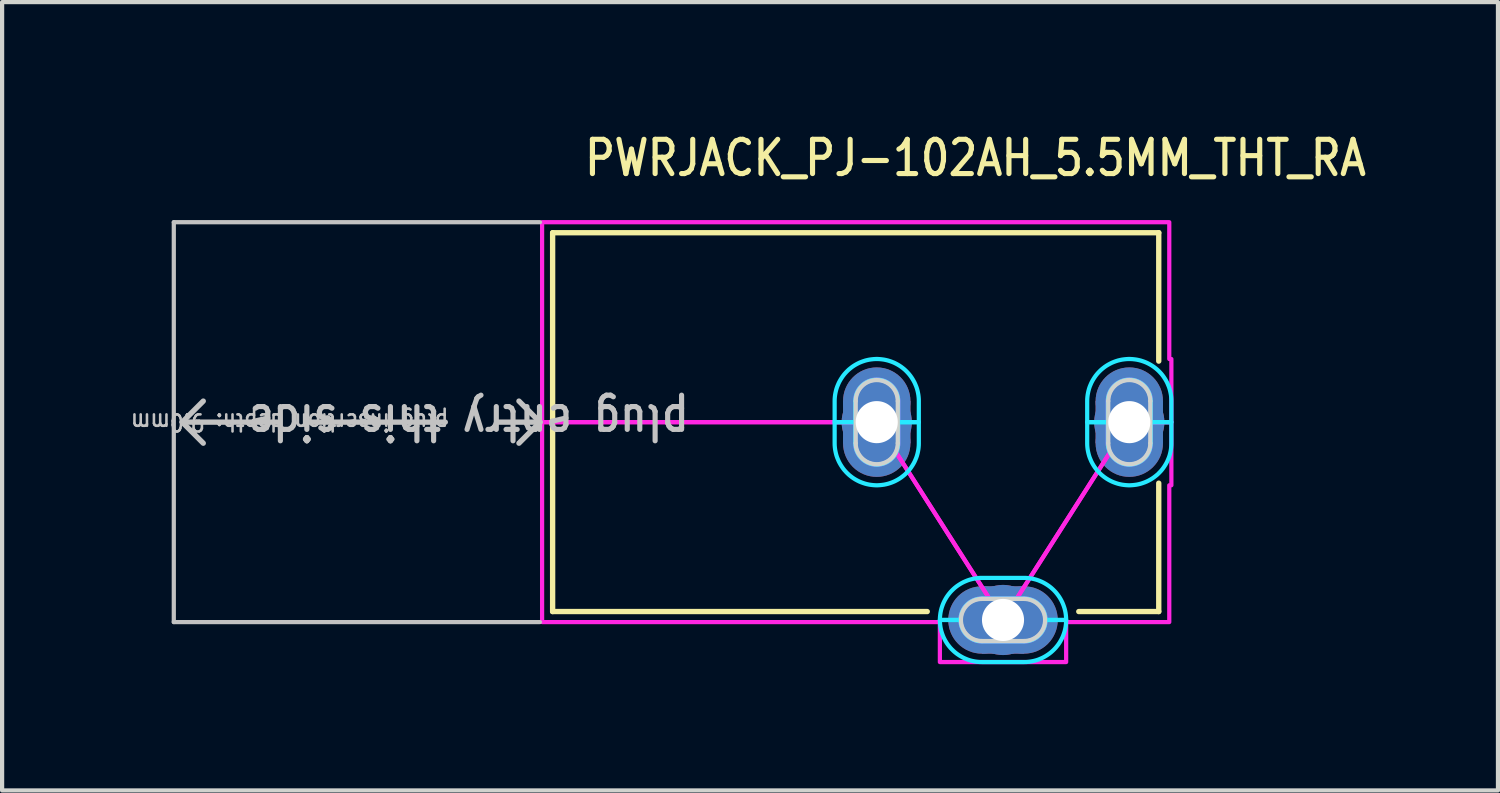
<source format=kicad_pcb>
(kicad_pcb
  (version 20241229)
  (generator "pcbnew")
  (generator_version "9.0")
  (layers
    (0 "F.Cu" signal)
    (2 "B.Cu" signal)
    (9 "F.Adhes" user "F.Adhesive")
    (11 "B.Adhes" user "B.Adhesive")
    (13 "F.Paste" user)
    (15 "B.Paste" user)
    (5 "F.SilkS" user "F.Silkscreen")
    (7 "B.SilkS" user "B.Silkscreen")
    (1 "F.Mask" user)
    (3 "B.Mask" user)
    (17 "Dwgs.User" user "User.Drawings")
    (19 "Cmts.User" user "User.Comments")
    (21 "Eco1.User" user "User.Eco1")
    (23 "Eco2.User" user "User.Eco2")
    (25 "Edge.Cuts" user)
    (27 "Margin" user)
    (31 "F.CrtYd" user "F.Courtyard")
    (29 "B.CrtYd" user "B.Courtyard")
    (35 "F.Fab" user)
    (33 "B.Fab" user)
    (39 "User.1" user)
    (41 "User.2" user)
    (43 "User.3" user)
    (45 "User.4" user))
  (footprint "PWRJACK_PJ-102AH_5.5MM_THT_RA"
    (layer "F.Cu")
    (at 20.779 6.979)
    (property "Reference" "PWRJACK_PJ-102AH_5.5MM_THT_RA" (at -10 -5.8 0) (unlocked yes) (layer "F.SilkS") (effects (font (size 0.813 0.695) (thickness 0.122)) (justify left bottom)))
    (fp_circle (center -3 -0.5) (end -2.2 -0.5) (stroke (width 0) (type solid)) (fill yes) (layer "F.Cu"))
    (fp_circle (center -3 0.5) (end -3.8 0.5) (stroke (width 0) (type solid)) (fill yes) (layer "F.Cu"))
    (fp_circle (center -0.5 4.7) (end -0.5 3.9) (stroke (width 0) (type solid)) (fill yes) (layer "F.Cu"))
    (fp_circle (center 0.5 4.7) (end 0.5 5.5) (stroke (width 0) (type solid)) (fill yes) (layer "F.Cu"))
    (fp_circle (center 3 -0.5) (end 3.8 -0.5) (stroke (width 0) (type solid)) (fill yes) (layer "F.Cu"))
    (fp_circle (center 3 0.5) (end 2.2 0.5) (stroke (width 0) (type solid)) (fill yes) (layer "F.Cu"))
    (fp_poly (pts (xy -3.8 -0.5) (xy -3.8 0.5) (xy -2.2 0.5) (xy -2.2 -0.5)) (stroke (width 0) (type solid)) (fill yes) (layer "F.Cu"))
    (fp_poly (pts (xy -0.5 5.5) (xy 0.5 5.5) (xy 0.5 3.9) (xy -0.5 3.9)) (stroke (width 0) (type solid)) (fill yes) (layer "F.Cu"))
    (fp_poly (pts (xy 2.2 -0.5) (xy 2.2 0.5) (xy 3.8 0.5) (xy 3.8 -0.5)) (stroke (width 0) (type solid)) (fill yes) (layer "F.Cu"))
    (fp_circle (center -3 -0.5) (end -2.1 -0.5) (stroke (width 0) (type solid)) (fill yes) (layer "F.Mask"))
    (fp_circle (center -3 0.5) (end -3.9 0.5) (stroke (width 0) (type solid)) (fill yes) (layer "F.Mask"))
    (fp_circle (center -0.5 4.7) (end -0.5 3.8) (stroke (width 0) (type solid)) (fill yes) (layer "F.Mask"))
    (fp_circle (center 0.5 4.7) (end 0.5 5.6) (stroke (width 0) (type solid)) (fill yes) (layer "F.Mask"))
    (fp_circle (center 3 -0.5) (end 3.9 -0.5) (stroke (width 0) (type solid)) (fill yes) (layer "F.Mask"))
    (fp_circle (center 3 0.5) (end 2.1 0.5) (stroke (width 0) (type solid)) (fill yes) (layer "F.Mask"))
    (fp_poly (pts (xy -3.9 -0.5) (xy -3.9 0.5) (xy -2.1 0.5) (xy -2.1 -0.5)) (stroke (width 0) (type solid)) (fill yes) (layer "F.Mask"))
    (fp_poly (pts (xy -0.5 5.6) (xy 0.5 5.6) (xy 0.5 3.8) (xy -0.5 3.8)) (stroke (width 0) (type solid)) (fill yes) (layer "F.Mask"))
    (fp_poly (pts (xy 2.1 -0.5) (xy 2.1 0.5) (xy 3.9 0.5) (xy 3.9 -0.5)) (stroke (width 0) (type solid)) (fill yes) (layer "F.Mask"))
    (fp_circle (center -3 -0.5) (end -3.8 -0.5) (stroke (width 0) (type solid)) (fill yes) (layer "B.Cu"))
    (fp_circle (center -3 0.5) (end -2.2 0.5) (stroke (width 0) (type solid)) (fill yes) (layer "B.Cu"))
    (fp_circle (center -0.5 4.7) (end -0.5 5.5) (stroke (width 0) (type solid)) (fill yes) (layer "B.Cu"))
    (fp_circle (center 0.5 4.7) (end 0.5 3.9) (stroke (width 0) (type solid)) (fill yes) (layer "B.Cu"))
    (fp_circle (center 3 -0.5) (end 2.2 -0.5) (stroke (width 0) (type solid)) (fill yes) (layer "B.Cu"))
    (fp_circle (center 3 0.5) (end 3.8 0.5) (stroke (width 0) (type solid)) (fill yes) (layer "B.Cu"))
    (fp_poly (pts (xy -2.2 -0.5) (xy -2.2 0.5) (xy -3.8 0.5) (xy -3.8 -0.5)) (stroke (width 0) (type solid)) (fill yes) (layer "B.Cu"))
    (fp_poly (pts (xy 0.5 5.5) (xy -0.5 5.5) (xy -0.5 3.9) (xy 0.5 3.9)) (stroke (width 0) (type solid)) (fill yes) (layer "B.Cu"))
    (fp_poly (pts (xy 3.8 -0.5) (xy 3.8 0.5) (xy 2.2 0.5) (xy 2.2 -0.5)) (stroke (width 0) (type solid)) (fill yes) (layer "B.Cu"))
    (fp_circle (center -3 -0.5) (end -3.9 -0.5) (stroke (width 0) (type solid)) (fill yes) (layer "B.Mask"))
    (fp_circle (center -3 0.5) (end -2.1 0.5) (stroke (width 0) (type solid)) (fill yes) (layer "B.Mask"))
    (fp_circle (center -0.5 4.7) (end -0.5 5.6) (stroke (width 0) (type solid)) (fill yes) (layer "B.Mask"))
    (fp_circle (center 0.5 4.7) (end 0.5 3.8) (stroke (width 0) (type solid)) (fill yes) (layer "B.Mask"))
    (fp_circle (center 3 -0.5) (end 2.1 -0.5) (stroke (width 0) (type solid)) (fill yes) (layer "B.Mask"))
    (fp_circle (center 3 0.5) (end 3.9 0.5) (stroke (width 0) (type solid)) (fill yes) (layer "B.Mask"))
    (fp_poly (pts (xy -2.1 -0.5) (xy -2.1 0.5) (xy -3.9 0.5) (xy -3.9 -0.5)) (stroke (width 0) (type solid)) (fill yes) (layer "B.Mask"))
    (fp_poly (pts (xy 0.5 5.6) (xy -0.5 5.6) (xy -0.5 3.8) (xy 0.5 3.8)) (stroke (width 0) (type solid)) (fill yes) (layer "B.Mask"))
    (fp_poly (pts (xy 3.9 -0.5) (xy 3.9 0.5) (xy 2.1 0.5) (xy 2.1 -0.5)) (stroke (width 0) (type solid)) (fill yes) (layer "B.Mask"))
    (fp_line (start -10.7 -4.5) (end 3.7 -4.5) (stroke (width 0.127) (type solid)) (layer "F.SilkS"))
    (fp_line (start -10.7 4.5) (end -10.7 -4.5) (stroke (width 0.127) (type solid)) (layer "F.SilkS"))
    (fp_line (start -1.8 4.5) (end -10.7 4.5) (stroke (width 0.127) (type solid)) (layer "F.SilkS"))
    (fp_line (start 3.7 -4.5) (end 3.7 -1.45) (stroke (width 0.127) (type solid)) (layer "F.SilkS"))
    (fp_line (start 3.7 1.45) (end 3.7 4.5) (stroke (width 0.127) (type solid)) (layer "F.SilkS"))
    (fp_line (start 3.7 4.5) (end 1.8 4.5) (stroke (width 0.127) (type solid)) (layer "F.SilkS"))
    (fp_line (start -19.7 -4.75) (end -19.7 4.75) (stroke (width 0.1) (type solid)) (layer "Dwgs.User"))
    (fp_line (start -19.7 4.75) (end -11 4.75) (stroke (width 0.1) (type solid)) (layer "Dwgs.User"))
    (fp_line (start -19.5 0) (end -19 -0.5) (stroke (width 0.127) (type solid)) (layer "Dwgs.User"))
    (fp_line (start -19.5 0) (end -19 0.5) (stroke (width 0.127) (type solid)) (layer "Dwgs.User"))
    (fp_line (start -17.25 0) (end -19.5 0) (stroke (width 0.127) (type solid)) (layer "Dwgs.User"))
    (fp_line (start -16.5 0) (end -13.25 0) (stroke (width 0.127) (type solid)) (layer "Dwgs.User"))
    (fp_line (start -12 0) (end -11 0) (stroke (width 0.127) (type solid)) (layer "Dwgs.User"))
    (fp_line (start -11 -4.75) (end -19.7 -4.75) (stroke (width 0.1) (type solid)) (layer "Dwgs.User"))
    (fp_line (start -11 0) (end -11.5 -0.5) (stroke (width 0.127) (type solid)) (layer "Dwgs.User"))
    (fp_line (start -11 0) (end -11.5 0.5) (stroke (width 0.127) (type solid)) (layer "Dwgs.User"))
    (fp_line (start -3.5 -0.5) (end -3.5 0.5) (stroke (width 0.1) (type solid)) (layer "Edge.Cuts"))
    (fp_line (start -2.5 0.5) (end -2.5 -0.5) (stroke (width 0.1) (type solid)) (layer "Edge.Cuts"))
    (fp_line (start -0.5 5.2) (end 0.5 5.2) (stroke (width 0.1) (type solid)) (layer "Edge.Cuts"))
    (fp_line (start 0.5 4.2) (end -0.5 4.2) (stroke (width 0.1) (type solid)) (layer "Edge.Cuts"))
    (fp_line (start 2.5 -0.5) (end 2.5 0.5) (stroke (width 0.1) (type solid)) (layer "Edge.Cuts"))
    (fp_line (start 3.5 0.5) (end 3.5 -0.5) (stroke (width 0.1) (type solid)) (layer "Edge.Cuts"))
    (fp_arc (start -3.5 -0.5) (mid -3 -1) (end -2.5 -0.5) (stroke (width 0.1) (type solid)) (layer "Edge.Cuts"))
    (fp_arc (start -2.5 0.5) (mid -3 1) (end -3.5 0.5) (stroke (width 0.1) (type solid)) (layer "Edge.Cuts"))
    (fp_arc (start -0.5 5.2) (mid -1 4.7) (end -0.5 4.2) (stroke (width 0.1) (type solid)) (layer "Edge.Cuts"))
    (fp_arc (start 0.5 4.2) (mid 1 4.7) (end 0.5 5.2) (stroke (width 0.1) (type solid)) (layer "Edge.Cuts"))
    (fp_arc (start 2.5 -0.5) (mid 3 -1) (end 3.5 -0.5) (stroke (width 0.1) (type solid)) (layer "Edge.Cuts"))
    (fp_arc (start 3.5 0.5) (mid 3 1) (end 2.5 0.5) (stroke (width 0.1) (type solid)) (layer "Edge.Cuts"))
    (fp_poly (pts (xy -4 0) (xy -4 -0.5) (xy -3.999 -0.55) (xy -3.995 -0.6) (xy -3.989 -0.649) (xy -3.98 -0.698) (xy -3.969 -0.747) (xy -3.956 -0.795) (xy -3.94 -0.842) (xy -3.921 -0.888) (xy -3.901 -0.934) (xy -3.878 -0.978) (xy -3.853 -1.021) (xy -3.826 -1.063) (xy -3.797 -1.104) (xy -3.766 -1.143) (xy -3.733 -1.18) (xy -3.698 -1.216) (xy -3.662 -1.25) (xy -3.623 -1.282) (xy -3.584 -1.312) (xy -3.543 -1.34) (xy -3.5 -1.366) (xy -3.456 -1.39) (xy -3.411 -1.412) (xy -3.365 -1.431) (xy -3.318 -1.448) (xy -3.271 -1.463) (xy -3.223 -1.475) (xy -3.174 -1.485) (xy -3.124 -1.492) (xy -3.075 -1.497) (xy -3.025 -1.5) (xy -2.975 -1.5) (xy -2.925 -1.497) (xy -2.876 -1.492) (xy -2.826 -1.485) (xy -2.777 -1.475) (xy -2.729 -1.463) (xy -2.682 -1.448) (xy -2.635 -1.431) (xy -2.589 -1.412) (xy -2.544 -1.39) (xy -2.5 -1.366) (xy -2.457 -1.34) (xy -2.416 -1.312) (xy -2.377 -1.282) (xy -2.338 -1.25) (xy -2.302 -1.216) (xy -2.267 -1.18) (xy -2.234 -1.143) (xy -2.203 -1.104) (xy -2.174 -1.063) (xy -2.147 -1.021) (xy -2.122 -0.978) (xy -2.099 -0.934) (xy -2.079 -0.888) (xy -2.06 -0.842) (xy -2.044 -0.795) (xy -2.031 -0.747) (xy -2.02 -0.698) (xy -2.011 -0.649) (xy -2.005 -0.6) (xy -2.001 -0.55) (xy -2 -0.5) (xy -2 0) (xy -2.49 0) (xy -2.49 -0.5) (xy -2.49 -0.5) (xy -2.492 -0.549) (xy -2.493 -0.55) (xy -2.5 -0.599) (xy -2.5 -0.6) (xy -2.512 -0.648) (xy -2.512 -0.649) (xy -2.529 -0.695) (xy -2.529 -0.696) (xy -2.55 -0.74) (xy -2.55 -0.741) (xy -2.576 -0.783) (xy -2.576 -0.784) (xy -2.605 -0.823) (xy -2.606 -0.824) (xy -2.639 -0.86) (xy -2.64 -0.861) (xy -2.676 -0.894) (xy -2.677 -0.895) (xy -2.716 -0.924) (xy -2.717 -0.924) (xy -2.759 -0.95) (xy -2.76 -0.95) (xy -2.804 -0.971) (xy -2.805 -0.971) (xy -2.851 -0.988) (xy -2.852 -0.988) (xy -2.9 -1) (xy -2.901 -1) (xy -2.95 -1.007) (xy -2.95 -1.008) (xy -3 -1.01) (xy -3 -1.01) (xy -3.05 -1.008) (xy -3.05 -1.007) (xy -3.099 -1) (xy -3.1 -1) (xy -3.148 -0.988) (xy -3.149 -0.988) (xy -3.195 -0.971) (xy -3.196 -0.971) (xy -3.24 -0.95) (xy -3.241 -0.95) (xy -3.283 -0.924) (xy -3.284 -0.924) (xy -3.323 -0.895) (xy -3.324 -0.894) (xy -3.36 -0.861) (xy -3.361 -0.86) (xy -3.394 -0.824) (xy -3.395 -0.823) (xy -3.424 -0.784) (xy -3.424 -0.783) (xy -3.45 -0.741) (xy -3.45 -0.74) (xy -3.471 -0.696) (xy -3.471 -0.695) (xy -3.488 -0.649) (xy -3.488 -0.648) (xy -3.5 -0.6) (xy -3.5 -0.599) (xy -3.507 -0.55) (xy -3.508 -0.549) (xy -3.51 -0.5) (xy -3.51 -0.5) (xy -3.51 0)) (stroke (width 0.1) (type solid)) (fill no) (layer "B.CrtYd"))
    (fp_poly (pts (xy -2.001 0.55) (xy -2.005 0.6) (xy -2.011 0.649) (xy -2.02 0.698) (xy -2.031 0.747) (xy -2.044 0.795) (xy -2.06 0.842) (xy -2.079 0.888) (xy -2.099 0.934) (xy -2.122 0.978) (xy -2.147 1.021) (xy -2.174 1.063) (xy -2.203 1.104) (xy -2.234 1.143) (xy -2.267 1.18) (xy -2.302 1.216) (xy -2.338 1.25) (xy -2.377 1.282) (xy -2.416 1.312) (xy -2.457 1.34) (xy -2.5 1.366) (xy -2.544 1.39) (xy -2.589 1.412) (xy -2.635 1.431) (xy -2.682 1.448) (xy -2.729 1.463) (xy -2.777 1.475) (xy -2.826 1.485) (xy -2.876 1.492) (xy -2.925 1.497) (xy -2.975 1.5) (xy -3.025 1.5) (xy -3.075 1.497) (xy -3.124 1.492) (xy -3.174 1.485) (xy -3.223 1.475) (xy -3.271 1.463) (xy -3.318 1.448) (xy -3.365 1.431) (xy -3.411 1.412) (xy -3.456 1.39) (xy -3.5 1.366) (xy -3.543 1.34) (xy -3.584 1.312) (xy -3.623 1.282) (xy -3.662 1.25) (xy -3.698 1.216) (xy -3.733 1.18) (xy -3.766 1.143) (xy -3.797 1.104) (xy -3.826 1.063) (xy -3.853 1.021) (xy -3.878 0.978) (xy -3.901 0.934) (xy -3.921 0.888) (xy -3.94 0.842) (xy -3.956 0.795) (xy -3.969 0.747) (xy -3.98 0.698) (xy -3.989 0.649) (xy -3.995 0.6) (xy -3.999 0.55) (xy -4 0.5) (xy -4 0) (xy -3.51 0) (xy -3.51 0.5) (xy -3.51 0.5) (xy -3.508 0.549) (xy -3.507 0.55) (xy -3.5 0.599) (xy -3.5 0.6) (xy -3.488 0.648) (xy -3.488 0.649) (xy -3.471 0.695) (xy -3.471 0.696) (xy -3.45 0.74) (xy -3.45 0.741) (xy -3.424 0.783) (xy -3.424 0.784) (xy -3.395 0.823) (xy -3.394 0.824) (xy -3.361 0.86) (xy -3.36 0.861) (xy -3.324 0.894) (xy -3.323 0.895) (xy -3.284 0.924) (xy -3.283 0.924) (xy -3.241 0.95) (xy -3.24 0.95) (xy -3.196 0.971) (xy -3.195 0.971) (xy -3.149 0.988) (xy -3.148 0.988) (xy -3.1 1) (xy -3.099 1) (xy -3.05 1.007) (xy -3.05 1.008) (xy -3 1.01) (xy -3 1.01) (xy -2.95 1.008) (xy -2.95 1.007) (xy -2.901 1) (xy -2.9 1) (xy -2.852 0.988) (xy -2.851 0.988) (xy -2.805 0.971) (xy -2.804 0.971) (xy -2.76 0.95) (xy -2.759 0.95) (xy -2.717 0.924) (xy -2.716 0.924) (xy -2.677 0.895) (xy -2.676 0.894) (xy -2.64 0.861) (xy -2.639 0.86) (xy -2.606 0.824) (xy -2.605 0.823) (xy -2.576 0.784) (xy -2.576 0.783) (xy -2.55 0.741) (xy -2.55 0.74) (xy -2.529 0.696) (xy -2.529 0.695) (xy -2.512 0.649) (xy -2.512 0.648) (xy -2.5 0.6) (xy -2.5 0.599) (xy -2.493 0.55) (xy -2.492 0.549) (xy -2.49 0.5) (xy -2.49 0.5) (xy -2.49 0) (xy -2 0) (xy -2 0.5)) (stroke (width 0.1) (type solid)) (fill no) (layer "B.CrtYd"))
    (fp_poly (pts (xy -1.5 4.7) (xy -1.5 4.675) (xy -1.497 4.625) (xy -1.492 4.576) (xy -1.485 4.526) (xy -1.475 4.477) (xy -1.463 4.429) (xy -1.448 4.382) (xy -1.431 4.335) (xy -1.412 4.289) (xy -1.39 4.244) (xy -1.366 4.2) (xy -1.34 4.157) (xy -1.312 4.116) (xy -1.282 4.077) (xy -1.25 4.038) (xy -1.216 4.002) (xy -1.18 3.967) (xy -1.143 3.934) (xy -1.104 3.903) (xy -1.063 3.874) (xy -1.021 3.847) (xy -0.978 3.822) (xy -0.934 3.799) (xy -0.888 3.779) (xy -0.842 3.76) (xy -0.795 3.744) (xy -0.747 3.731) (xy -0.698 3.72) (xy -0.649 3.711) (xy -0.6 3.705) (xy -0.55 3.701) (xy -0.5 3.7) (xy 0.5 3.7) (xy 0.55 3.701) (xy 0.6 3.705) (xy 0.649 3.711) (xy 0.698 3.72) (xy 0.747 3.731) (xy 0.795 3.744) (xy 0.842 3.76) (xy 0.888 3.779) (xy 0.934 3.799) (xy 0.978 3.822) (xy 1.021 3.847) (xy 1.063 3.874) (xy 1.104 3.903) (xy 1.143 3.934) (xy 1.18 3.967) (xy 1.216 4.002) (xy 1.25 4.038) (xy 1.282 4.077) (xy 1.312 4.116) (xy 1.34 4.157) (xy 1.366 4.2) (xy 1.39 4.244) (xy 1.412 4.289) (xy 1.431 4.335) (xy 1.448 4.382) (xy 1.463 4.429) (xy 1.475 4.477) (xy 1.485 4.526) (xy 1.492 4.576) (xy 1.497 4.625) (xy 1.5 4.675) (xy 1.5 4.7) (xy 1.01 4.7) (xy 1.01 4.7) (xy 1.008 4.651) (xy 1.007 4.65) (xy 1 4.601) (xy 1 4.6) (xy 0.988 4.552) (xy 0.988 4.551) (xy 0.971 4.505) (xy 0.971 4.504) (xy 0.95 4.46) (xy 0.95 4.459) (xy 0.924 4.417) (xy 0.924 4.416) (xy 0.895 4.377) (xy 0.894 4.376) (xy 0.861 4.34) (xy 0.86 4.339) (xy 0.824 4.306) (xy 0.823 4.305) (xy 0.784 4.276) (xy 0.783 4.276) (xy 0.741 4.25) (xy 0.74 4.25) (xy 0.696 4.229) (xy 0.695 4.229) (xy 0.649 4.212) (xy 0.648 4.212) (xy 0.6 4.2) (xy 0.599 4.2) (xy 0.55 4.193) (xy 0.549 4.192) (xy 0.5 4.19) (xy 0.5 4.19) (xy -0.5 4.19) (xy -0.5 4.19) (xy -0.549 4.192) (xy -0.55 4.193) (xy -0.599 4.2) (xy -0.6 4.2) (xy -0.648 4.212) (xy -0.649 4.212) (xy -0.695 4.229) (xy -0.696 4.229) (xy -0.74 4.25) (xy -0.741 4.25) (xy -0.783 4.276) (xy -0.784 4.276) (xy -0.823 4.305) (xy -0.824 4.306) (xy -0.86 4.339) (xy -0.861 4.34) (xy -0.894 4.376) (xy -0.895 4.377) (xy -0.924 4.416) (xy -0.924 4.417) (xy -0.95 4.459) (xy -0.95 4.46) (xy -0.971 4.504) (xy -0.971 4.505) (xy -0.988 4.551) (xy -0.988 4.552) (xy -1 4.6) (xy -1 4.601) (xy -1.007 4.65) (xy -1.008 4.651) (xy -1.01 4.7) (xy -1.01 4.7)) (stroke (width 0.1) (type solid)) (fill no) (layer "B.CrtYd"))
    (fp_poly (pts (xy -0.55 5.699) (xy -0.6 5.695) (xy -0.649 5.689) (xy -0.698 5.68) (xy -0.747 5.669) (xy -0.795 5.656) (xy -0.842 5.64) (xy -0.888 5.621) (xy -0.934 5.601) (xy -0.978 5.578) (xy -1.021 5.553) (xy -1.063 5.526) (xy -1.104 5.497) (xy -1.143 5.466) (xy -1.18 5.433) (xy -1.216 5.398) (xy -1.25 5.362) (xy -1.282 5.323) (xy -1.312 5.284) (xy -1.34 5.243) (xy -1.366 5.2) (xy -1.39 5.156) (xy -1.412 5.111) (xy -1.431 5.065) (xy -1.448 5.018) (xy -1.463 4.971) (xy -1.475 4.923) (xy -1.485 4.874) (xy -1.492 4.824) (xy -1.497 4.775) (xy -1.5 4.725) (xy -1.5 4.7) (xy -1.01 4.7) (xy -1.01 4.7) (xy -1.008 4.75) (xy -1.007 4.75) (xy -1 4.799) (xy -1 4.8) (xy -0.988 4.848) (xy -0.988 4.849) (xy -0.971 4.895) (xy -0.971 4.896) (xy -0.95 4.94) (xy -0.95 4.941) (xy -0.924 4.983) (xy -0.924 4.984) (xy -0.895 5.023) (xy -0.894 5.024) (xy -0.861 5.06) (xy -0.86 5.061) (xy -0.824 5.094) (xy -0.823 5.095) (xy -0.784 5.124) (xy -0.783 5.124) (xy -0.741 5.15) (xy -0.74 5.15) (xy -0.696 5.171) (xy -0.695 5.171) (xy -0.649 5.188) (xy -0.648 5.188) (xy -0.6 5.2) (xy -0.599 5.2) (xy -0.55 5.207) (xy -0.549 5.208) (xy -0.5 5.21) (xy -0.5 5.21) (xy 0.5 5.21) (xy 0.5 5.21) (xy 0.549 5.208) (xy 0.55 5.207) (xy 0.599 5.2) (xy 0.6 5.2) (xy 0.648 5.188) (xy 0.649 5.188) (xy 0.695 5.171) (xy 0.696 5.171) (xy 0.74 5.15) (xy 0.741 5.15) (xy 0.783 5.124) (xy 0.784 5.124) (xy 0.823 5.095) (xy 0.824 5.094) (xy 0.86 5.061) (xy 0.861 5.06) (xy 0.894 5.024) (xy 0.895 5.023) (xy 0.924 4.984) (xy 0.924 4.983) (xy 0.95 4.941) (xy 0.95 4.94) (xy 0.971 4.896) (xy 0.971 4.895) (xy 0.988 4.849) (xy 0.988 4.848) (xy 1 4.8) (xy 1 4.799) (xy 1.007 4.75) (xy 1.008 4.75) (xy 1.01 4.7) (xy 1.01 4.7) (xy 1.5 4.7) (xy 1.5 4.725) (xy 1.497 4.775) (xy 1.492 4.824) (xy 1.485 4.874) (xy 1.475 4.923) (xy 1.463 4.971) (xy 1.448 5.018) (xy 1.431 5.065) (xy 1.412 5.111) (xy 1.39 5.156) (xy 1.366 5.2) (xy 1.34 5.243) (xy 1.312 5.284) (xy 1.282 5.323) (xy 1.25 5.362) (xy 1.216 5.398) (xy 1.18 5.433) (xy 1.143 5.466) (xy 1.104 5.497) (xy 1.063 5.526) (xy 1.021 5.553) (xy 0.978 5.578) (xy 0.934 5.601) (xy 0.888 5.621) (xy 0.842 5.64) (xy 0.795 5.656) (xy 0.747 5.669) (xy 0.698 5.68) (xy 0.649 5.689) (xy 0.6 5.695) (xy 0.55 5.699) (xy 0.5 5.7) (xy -0.5 5.7)) (stroke (width 0.1) (type solid)) (fill no) (layer "B.CrtYd"))
    (fp_poly (pts (xy 2 0) (xy 2 -0.5) (xy 2.001 -0.55) (xy 2.005 -0.6) (xy 2.011 -0.649) (xy 2.02 -0.698) (xy 2.031 -0.747) (xy 2.044 -0.795) (xy 2.06 -0.842) (xy 2.079 -0.888) (xy 2.099 -0.934) (xy 2.122 -0.978) (xy 2.147 -1.021) (xy 2.174 -1.063) (xy 2.203 -1.104) (xy 2.234 -1.143) (xy 2.267 -1.18) (xy 2.302 -1.216) (xy 2.338 -1.25) (xy 2.377 -1.282) (xy 2.416 -1.312) (xy 2.457 -1.34) (xy 2.5 -1.366) (xy 2.544 -1.39) (xy 2.589 -1.412) (xy 2.635 -1.431) (xy 2.682 -1.448) (xy 2.729 -1.463) (xy 2.777 -1.475) (xy 2.826 -1.485) (xy 2.876 -1.492) (xy 2.925 -1.497) (xy 2.975 -1.5) (xy 3.025 -1.5) (xy 3.075 -1.497) (xy 3.124 -1.492) (xy 3.174 -1.485) (xy 3.223 -1.475) (xy 3.271 -1.463) (xy 3.318 -1.448) (xy 3.365 -1.431) (xy 3.411 -1.412) (xy 3.456 -1.39) (xy 3.5 -1.366) (xy 3.543 -1.34) (xy 3.584 -1.312) (xy 3.623 -1.282) (xy 3.662 -1.25) (xy 3.698 -1.216) (xy 3.733 -1.18) (xy 3.766 -1.143) (xy 3.797 -1.104) (xy 3.826 -1.063) (xy 3.853 -1.021) (xy 3.878 -0.978) (xy 3.901 -0.934) (xy 3.921 -0.888) (xy 3.94 -0.842) (xy 3.956 -0.795) (xy 3.969 -0.747) (xy 3.98 -0.698) (xy 3.989 -0.649) (xy 3.995 -0.6) (xy 3.999 -0.55) (xy 4 -0.5) (xy 4 0) (xy 3.51 0) (xy 3.51 -0.5) (xy 3.51 -0.5) (xy 3.508 -0.549) (xy 3.507 -0.55) (xy 3.5 -0.599) (xy 3.5 -0.6) (xy 3.488 -0.648) (xy 3.488 -0.649) (xy 3.471 -0.695) (xy 3.471 -0.696) (xy 3.45 -0.74) (xy 3.45 -0.741) (xy 3.424 -0.783) (xy 3.424 -0.784) (xy 3.395 -0.823) (xy 3.394 -0.824) (xy 3.361 -0.86) (xy 3.36 -0.861) (xy 3.324 -0.894) (xy 3.323 -0.895) (xy 3.284 -0.924) (xy 3.283 -0.924) (xy 3.241 -0.95) (xy 3.24 -0.95) (xy 3.196 -0.971) (xy 3.195 -0.971) (xy 3.149 -0.988) (xy 3.148 -0.988) (xy 3.1 -1) (xy 3.099 -1) (xy 3.05 -1.007) (xy 3.05 -1.008) (xy 3 -1.01) (xy 3 -1.01) (xy 2.95 -1.008) (xy 2.95 -1.007) (xy 2.901 -1) (xy 2.9 -1) (xy 2.852 -0.988) (xy 2.851 -0.988) (xy 2.805 -0.971) (xy 2.804 -0.971) (xy 2.76 -0.95) (xy 2.759 -0.95) (xy 2.717 -0.924) (xy 2.716 -0.924) (xy 2.677 -0.895) (xy 2.676 -0.894) (xy 2.64 -0.861) (xy 2.639 -0.86) (xy 2.606 -0.824) (xy 2.605 -0.823) (xy 2.576 -0.784) (xy 2.576 -0.783) (xy 2.55 -0.741) (xy 2.55 -0.74) (xy 2.529 -0.696) (xy 2.529 -0.695) (xy 2.512 -0.649) (xy 2.512 -0.648) (xy 2.5 -0.6) (xy 2.5 -0.599) (xy 2.493 -0.55) (xy 2.492 -0.549) (xy 2.49 -0.5) (xy 2.49 -0.5) (xy 2.49 0)) (stroke (width 0.1) (type solid)) (fill no) (layer "B.CrtYd"))
    (fp_poly (pts (xy 3.999 0.55) (xy 3.995 0.6) (xy 3.989 0.649) (xy 3.98 0.698) (xy 3.969 0.747) (xy 3.956 0.795) (xy 3.94 0.842) (xy 3.921 0.888) (xy 3.901 0.934) (xy 3.878 0.978) (xy 3.853 1.021) (xy 3.826 1.063) (xy 3.797 1.104) (xy 3.766 1.143) (xy 3.733 1.18) (xy 3.698 1.216) (xy 3.662 1.25) (xy 3.623 1.282) (xy 3.584 1.312) (xy 3.543 1.34) (xy 3.5 1.366) (xy 3.456 1.39) (xy 3.411 1.412) (xy 3.365 1.431) (xy 3.318 1.448) (xy 3.271 1.463) (xy 3.223 1.475) (xy 3.174 1.485) (xy 3.124 1.492) (xy 3.075 1.497) (xy 3.025 1.5) (xy 2.975 1.5) (xy 2.925 1.497) (xy 2.876 1.492) (xy 2.826 1.485) (xy 2.777 1.475) (xy 2.729 1.463) (xy 2.682 1.448) (xy 2.635 1.431) (xy 2.589 1.412) (xy 2.544 1.39) (xy 2.5 1.366) (xy 2.457 1.34) (xy 2.416 1.312) (xy 2.377 1.282) (xy 2.338 1.25) (xy 2.302 1.216) (xy 2.267 1.18) (xy 2.234 1.143) (xy 2.203 1.104) (xy 2.174 1.063) (xy 2.147 1.021) (xy 2.122 0.978) (xy 2.099 0.934) (xy 2.079 0.888) (xy 2.06 0.842) (xy 2.044 0.795) (xy 2.031 0.747) (xy 2.02 0.698) (xy 2.011 0.649) (xy 2.005 0.6) (xy 2.001 0.55) (xy 2 0.5) (xy 2 0) (xy 2.49 0) (xy 2.49 0.5) (xy 2.49 0.5) (xy 2.492 0.549) (xy 2.493 0.55) (xy 2.5 0.599) (xy 2.5 0.6) (xy 2.512 0.648) (xy 2.512 0.649) (xy 2.529 0.695) (xy 2.529 0.696) (xy 2.55 0.74) (xy 2.55 0.741) (xy 2.576 0.783) (xy 2.576 0.784) (xy 2.605 0.823) (xy 2.606 0.824) (xy 2.639 0.86) (xy 2.64 0.861) (xy 2.676 0.894) (xy 2.677 0.895) (xy 2.716 0.924) (xy 2.717 0.924) (xy 2.759 0.95) (xy 2.76 0.95) (xy 2.804 0.971) (xy 2.805 0.971) (xy 2.851 0.988) (xy 2.852 0.988) (xy 2.9 1) (xy 2.901 1) (xy 2.95 1.007) (xy 2.95 1.008) (xy 3 1.01) (xy 3 1.01) (xy 3.05 1.008) (xy 3.05 1.007) (xy 3.099 1) (xy 3.1 1) (xy 3.148 0.988) (xy 3.149 0.988) (xy 3.195 0.971) (xy 3.196 0.971) (xy 3.24 0.95) (xy 3.241 0.95) (xy 3.283 0.924) (xy 3.284 0.924) (xy 3.323 0.895) (xy 3.324 0.894) (xy 3.36 0.861) (xy 3.361 0.86) (xy 3.394 0.824) (xy 3.395 0.823) (xy 3.424 0.784) (xy 3.424 0.783) (xy 3.45 0.741) (xy 3.45 0.74) (xy 3.471 0.696) (xy 3.471 0.695) (xy 3.488 0.649) (xy 3.488 0.648) (xy 3.5 0.6) (xy 3.5 0.599) (xy 3.507 0.55) (xy 3.508 0.549) (xy 3.51 0.5) (xy 3.51 0.5) (xy 3.51 0) (xy 4 0) (xy 4 0.5)) (stroke (width 0.1) (type solid)) (fill no) (layer "B.CrtYd"))
    (fp_poly (pts (xy 3.95 -4.75) (xy 3.95 -1.5) (xy 4 -1.5) (xy 4 0) (xy 3.51 0) (xy 3.51 -0.5) (xy 3.51 -0.5) (xy 3.508 -0.549) (xy 3.507 -0.55) (xy 3.5 -0.599) (xy 3.5 -0.6) (xy 3.488 -0.648) (xy 3.488 -0.649) (xy 3.471 -0.695) (xy 3.471 -0.696) (xy 3.45 -0.74) (xy 3.45 -0.741) (xy 3.424 -0.783) (xy 3.424 -0.784) (xy 3.395 -0.823) (xy 3.394 -0.824) (xy 3.361 -0.86) (xy 3.36 -0.861) (xy 3.324 -0.894) (xy 3.323 -0.895) (xy 3.284 -0.924) (xy 3.283 -0.924) (xy 3.241 -0.95) (xy 3.24 -0.95) (xy 3.196 -0.971) (xy 3.195 -0.971) (xy 3.149 -0.988) (xy 3.148 -0.988) (xy 3.1 -1) (xy 3.099 -1) (xy 3.05 -1.007) (xy 3.05 -1.008) (xy 3 -1.01) (xy 3 -1.01) (xy 2.95 -1.008) (xy 2.95 -1.007) (xy 2.901 -1) (xy 2.9 -1) (xy 2.852 -0.988) (xy 2.851 -0.988) (xy 2.805 -0.971) (xy 2.804 -0.971) (xy 2.76 -0.95) (xy 2.759 -0.95) (xy 2.717 -0.924) (xy 2.716 -0.924) (xy 2.677 -0.895) (xy 2.676 -0.894) (xy 2.64 -0.861) (xy 2.639 -0.86) (xy 2.606 -0.824) (xy 2.605 -0.823) (xy 2.576 -0.784) (xy 2.576 -0.783) (xy 2.55 -0.741) (xy 2.55 -0.74) (xy 2.529 -0.696) (xy 2.529 -0.695) (xy 2.512 -0.649) (xy 2.512 -0.648) (xy 2.5 -0.6) (xy 2.5 -0.599) (xy 2.493 -0.55) (xy 2.492 -0.549) (xy 2.49 -0.5) (xy 2.49 -0.5) (xy 2.49 0.5) (xy 2.49 0.5) (xy 2.492 0.549) (xy 2.493 0.55) (xy 2.5 0.599) (xy 2.5 0.6) (xy 2.512 0.648) (xy 2.512 0.649) (xy 2.529 0.695) (xy 2.529 0.696) (xy 2.54 0.72) (xy 0.326 4.19) (xy -0.326 4.19) (xy -2.54 0.72) (xy -2.529 0.696) (xy -2.529 0.695) (xy -2.512 0.649) (xy -2.512 0.648) (xy -2.5 0.6) (xy -2.5 0.599) (xy -2.493 0.55) (xy -2.492 0.549) (xy -2.49 0.5) (xy -2.49 0.5) (xy -2.49 -0.5) (xy -2.49 -0.5) (xy -2.492 -0.549) (xy -2.493 -0.55) (xy -2.5 -0.599) (xy -2.5 -0.6) (xy -2.512 -0.648) (xy -2.512 -0.649) (xy -2.529 -0.695) (xy -2.529 -0.696) (xy -2.55 -0.74) (xy -2.55 -0.741) (xy -2.576 -0.783) (xy -2.576 -0.784) (xy -2.605 -0.823) (xy -2.606 -0.824) (xy -2.639 -0.86) (xy -2.64 -0.861) (xy -2.676 -0.894) (xy -2.677 -0.895) (xy -2.716 -0.924) (xy -2.717 -0.924) (xy -2.759 -0.95) (xy -2.76 -0.95) (xy -2.804 -0.971) (xy -2.805 -0.971) (xy -2.851 -0.988) (xy -2.852 -0.988) (xy -2.9 -1) (xy -2.901 -1) (xy -2.95 -1.007) (xy -2.95 -1.008) (xy -3 -1.01) (xy -3 -1.01) (xy -3.05 -1.008) (xy -3.05 -1.007) (xy -3.099 -1) (xy -3.1 -1) (xy -3.148 -0.988) (xy -3.149 -0.988) (xy -3.195 -0.971) (xy -3.196 -0.971) (xy -3.24 -0.95) (xy -3.241 -0.95) (xy -3.283 -0.924) (xy -3.284 -0.924) (xy -3.323 -0.895) (xy -3.324 -0.894) (xy -3.36 -0.861) (xy -3.361 -0.86) (xy -3.394 -0.824) (xy -3.395 -0.823) (xy -3.424 -0.784) (xy -3.424 -0.783) (xy -3.45 -0.741) (xy -3.45 -0.74) (xy -3.471 -0.696) (xy -3.471 -0.695) (xy -3.488 -0.649) (xy -3.488 -0.648) (xy -3.5 -0.6) (xy -3.5 -0.599) (xy -3.507 -0.55) (xy -3.508 -0.549) (xy -3.51 -0.5) (xy -3.51 -0.5) (xy -3.51 0) (xy -10.95 0) (xy -10.95 -4.75)) (stroke (width 0.1) (type solid)) (fill no) (layer "F.CrtYd"))
    (fp_poly (pts (xy 4 0) (xy 4 1.5) (xy 3.95 1.5) (xy 3.95 4.75) (xy 1.5 4.75) (xy 1.5 5.7) (xy -1.5 5.7) (xy -1.5 4.75) (xy -10.95 4.75) (xy -10.95 0) (xy -3.51 0) (xy -3.51 0.5) (xy -3.51 0.5) (xy -3.508 0.549) (xy -3.507 0.55) (xy -3.5 0.599) (xy -3.5 0.6) (xy -3.488 0.648) (xy -3.488 0.649) (xy -3.471 0.695) (xy -3.471 0.696) (xy -3.45 0.74) (xy -3.45 0.741) (xy -3.424 0.783) (xy -3.424 0.784) (xy -3.395 0.823) (xy -3.394 0.824) (xy -3.361 0.86) (xy -3.36 0.861) (xy -3.324 0.894) (xy -3.323 0.895) (xy -3.284 0.924) (xy -3.283 0.924) (xy -3.241 0.95) (xy -3.24 0.95) (xy -3.196 0.971) (xy -3.195 0.971) (xy -3.149 0.988) (xy -3.148 0.988) (xy -3.1 1) (xy -3.099 1) (xy -3.05 1.007) (xy -3.05 1.008) (xy -3 1.01) (xy -3 1.01) (xy -2.95 1.008) (xy -2.95 1.007) (xy -2.901 1) (xy -2.9 1) (xy -2.852 0.988) (xy -2.851 0.988) (xy -2.805 0.971) (xy -2.804 0.971) (xy -2.76 0.95) (xy -2.759 0.95) (xy -2.717 0.924) (xy -2.716 0.924) (xy -2.677 0.895) (xy -2.676 0.894) (xy -2.64 0.861) (xy -2.639 0.86) (xy -2.606 0.824) (xy -2.605 0.823) (xy -2.576 0.784) (xy -2.576 0.783) (xy -2.55 0.741) (xy -2.55 0.74) (xy -2.54 0.72) (xy -0.326 4.19) (xy -0.5 4.19) (xy -0.5 4.19) (xy -0.549 4.192) (xy -0.55 4.193) (xy -0.599 4.2) (xy -0.6 4.2) (xy -0.648 4.212) (xy -0.649 4.212) (xy -0.695 4.229) (xy -0.696 4.229) (xy -0.74 4.25) (xy -0.741 4.25) (xy -0.783 4.276) (xy -0.784 4.276) (xy -0.823 4.305) (xy -0.824 4.306) (xy -0.86 4.339) (xy -0.861 4.34) (xy -0.894 4.376) (xy -0.895 4.377) (xy -0.924 4.416) (xy -0.924 4.417) (xy -0.95 4.459) (xy -0.95 4.46) (xy -0.971 4.504) (xy -0.971 4.505) (xy -0.988 4.551) (xy -0.988 4.552) (xy -1 4.6) (xy -1 4.601) (xy -1.007 4.65) (xy -1.008 4.651) (xy -1.01 4.7) (xy -1.01 4.7) (xy -1.008 4.75) (xy -1.007 4.75) (xy -1 4.799) (xy -1 4.8) (xy -0.988 4.848) (xy -0.988 4.849) (xy -0.971 4.895) (xy -0.971 4.896) (xy -0.95 4.94) (xy -0.95 4.941) (xy -0.924 4.983) (xy -0.924 4.984) (xy -0.895 5.023) (xy -0.894 5.024) (xy -0.861 5.06) (xy -0.86 5.061) (xy -0.824 5.094) (xy -0.823 5.095) (xy -0.784 5.124) (xy -0.783 5.124) (xy -0.741 5.15) (xy -0.74 5.15) (xy -0.696 5.171) (xy -0.695 5.171) (xy -0.649 5.188) (xy -0.648 5.188) (xy -0.6 5.2) (xy -0.599 5.2) (xy -0.55 5.207) (xy -0.549 5.208) (xy -0.5 5.21) (xy -0.5 5.21) (xy 0.5 5.21) (xy 0.5 5.21) (xy 0.549 5.208) (xy 0.55 5.207) (xy 0.599 5.2) (xy 0.6 5.2) (xy 0.648 5.188) (xy 0.649 5.188) (xy 0.695 5.171) (xy 0.696 5.171) (xy 0.74 5.15) (xy 0.741 5.15) (xy 0.783 5.124) (xy 0.784 5.124) (xy 0.823 5.095) (xy 0.824 5.094) (xy 0.86 5.061) (xy 0.861 5.06) (xy 0.894 5.024) (xy 0.895 5.023) (xy 0.924 4.984) (xy 0.924 4.983) (xy 0.95 4.941) (xy 0.95 4.94) (xy 0.971 4.896) (xy 0.971 4.895) (xy 0.988 4.849) (xy 0.988 4.848) (xy 1 4.8) (xy 1 4.799) (xy 1.007 4.75) (xy 1.008 4.75) (xy 1.01 4.7) (xy 1.01 4.7) (xy 1.008 4.651) (xy 1.007 4.65) (xy 1 4.601) (xy 1 4.6) (xy 0.988 4.552) (xy 0.988 4.551) (xy 0.971 4.505) (xy 0.971 4.504) (xy 0.95 4.46) (xy 0.95 4.459) (xy 0.924 4.417) (xy 0.924 4.416) (xy 0.895 4.377) (xy 0.894 4.376) (xy 0.861 4.34) (xy 0.86 4.339) (xy 0.824 4.306) (xy 0.823 4.305) (xy 0.784 4.276) (xy 0.783 4.276) (xy 0.741 4.25) (xy 0.74 4.25) (xy 0.696 4.229) (xy 0.695 4.229) (xy 0.649 4.212) (xy 0.648 4.212) (xy 0.6 4.2) (xy 0.599 4.2) (xy 0.55 4.193) (xy 0.549 4.192) (xy 0.5 4.19) (xy 0.5 4.19) (xy 0.326 4.19) (xy 2.54 0.72) (xy 2.55 0.74) (xy 2.55 0.741) (xy 2.576 0.783) (xy 2.576 0.784) (xy 2.605 0.823) (xy 2.606 0.824) (xy 2.639 0.86) (xy 2.64 0.861) (xy 2.676 0.894) (xy 2.677 0.895) (xy 2.716 0.924) (xy 2.717 0.924) (xy 2.759 0.95) (xy 2.76 0.95) (xy 2.804 0.971) (xy 2.805 0.971) (xy 2.851 0.988) (xy 2.852 0.988) (xy 2.9 1) (xy 2.901 1) (xy 2.95 1.007) (xy 2.95 1.008) (xy 3 1.01) (xy 3 1.01) (xy 3.05 1.008) (xy 3.05 1.007) (xy 3.099 1) (xy 3.1 1) (xy 3.148 0.988) (xy 3.149 0.988) (xy 3.195 0.971) (xy 3.196 0.971) (xy 3.24 0.95) (xy 3.241 0.95) (xy 3.283 0.924) (xy 3.284 0.924) (xy 3.323 0.895) (xy 3.324 0.894) (xy 3.36 0.861) (xy 3.361 0.86) (xy 3.394 0.824) (xy 3.395 0.823) (xy 3.424 0.784) (xy 3.424 0.783) (xy 3.45 0.741) (xy 3.45 0.74) (xy 3.471 0.696) (xy 3.471 0.695) (xy 3.488 0.649) (xy 3.488 0.648) (xy 3.5 0.6) (xy 3.5 0.599) (xy 3.507 0.55) (xy 3.508 0.549) (xy 3.51 0.5) (xy 3.51 0.5) (xy 3.51 0)) (stroke (width 0.1) (type solid)) (fill no) (layer "F.CrtYd"))
    (fp_text user "plug insertion depth: 9.0mm" (at -16.95 0 180) (unlocked yes) (layer "Dwgs.User") (effects (font (size 0.406 0.347) (thickness 0.061))))
    (fp_text user "plug entry this side" (at -12.7 0 180) (unlocked yes) (layer "Dwgs.User") (effects (font (size 0.813 0.695) (thickness 0.122))))
    (pad "1" thru_hole oval (at 3 0 90) (size 1.667 1.667) (drill 1) (layers "*.Cu" "*.Mask"))
    (pad "2" thru_hole oval (at -3 0 90) (size 1.667 1.667) (drill 1) (layers "*.Cu" "*.Mask"))
    (pad "3" thru_hole oval (at 0 4.7 180) (size 1.667 1.667) (drill 1) (layers "*.Cu" "*.Mask")))
  (gr_rect
    (start -3 -3)
    (end 32.538 15.729)
    (stroke (width 0.1) (type default))
    (fill no)
    (layer "Edge.Cuts")))
</source>
